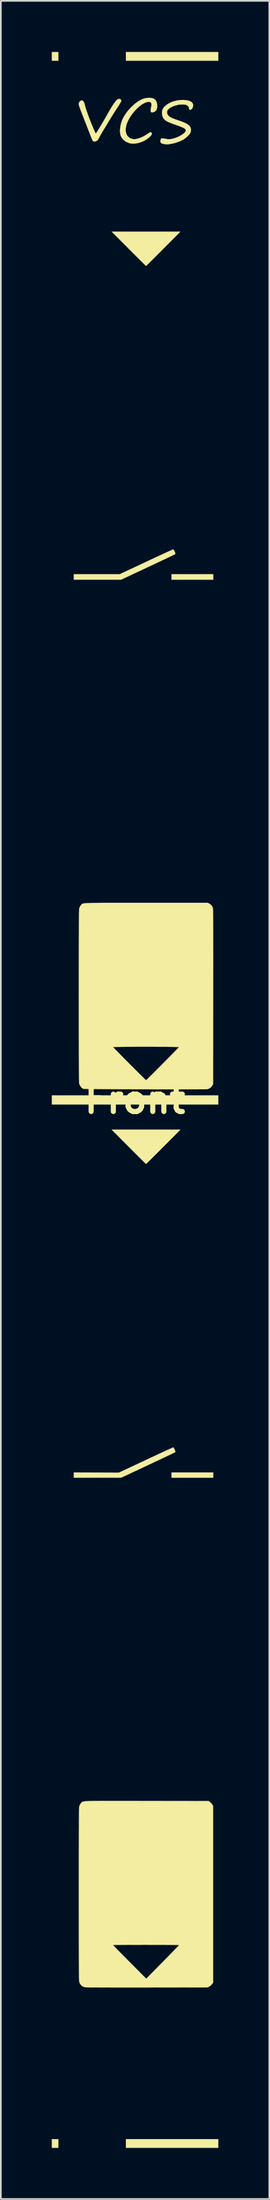
<source format=kicad_pcb>
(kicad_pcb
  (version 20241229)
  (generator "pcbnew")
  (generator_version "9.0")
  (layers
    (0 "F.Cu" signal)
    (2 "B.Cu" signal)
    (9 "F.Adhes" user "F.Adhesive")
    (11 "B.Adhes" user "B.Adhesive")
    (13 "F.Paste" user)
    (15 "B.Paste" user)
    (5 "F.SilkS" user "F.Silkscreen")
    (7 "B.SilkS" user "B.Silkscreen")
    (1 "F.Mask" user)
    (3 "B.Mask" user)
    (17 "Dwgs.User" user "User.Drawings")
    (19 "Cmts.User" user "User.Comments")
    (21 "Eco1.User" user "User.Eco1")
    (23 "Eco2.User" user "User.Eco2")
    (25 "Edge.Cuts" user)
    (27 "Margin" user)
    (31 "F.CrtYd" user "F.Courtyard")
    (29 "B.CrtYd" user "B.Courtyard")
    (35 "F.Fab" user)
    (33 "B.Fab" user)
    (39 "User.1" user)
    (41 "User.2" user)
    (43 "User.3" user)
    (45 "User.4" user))
  (footprint "Front"
    (layer "F.Cu")
    (at 4.894 61.494)
    (property "Reference" "Front" (at 0 0 0) (layer "F.SilkS") (effects (font (size 1.524 1.524) (thickness 0.3))))
    (attr through_hole)
    (fp_poly (pts (xy -4.508 -60.981) (xy -4.889 -60.981) (xy -4.889 -61.489) (xy -4.508 -61.489) (xy -4.508 -60.981)) (stroke (width 0.01) (type solid)) (fill yes) (layer "F.SilkS"))
    (fp_poly (pts (xy -4.508 61.51) (xy -4.889 61.51) (xy -4.889 61.002) (xy -4.508 61.002) (xy -4.508 61.51)) (stroke (width 0.01) (type solid)) (fill yes) (layer "F.SilkS"))
    (fp_poly (pts (xy 4.614 -30.522) (xy 2.159 -30.522) (xy 2.159 -30.84) (xy 4.614 -30.84) (xy 4.614 -30.522)) (stroke (width 0.01) (type solid)) (fill yes) (layer "F.SilkS"))
    (fp_poly (pts (xy 4.614 22.183) (xy 2.159 22.183) (xy 2.159 21.876) (xy 4.614 21.876) (xy 4.614 22.183)) (stroke (width 0.01) (type solid)) (fill yes) (layer "F.SilkS"))
    (fp_poly (pts (xy 4.911 -60.981) (xy -0.529 -60.981) (xy -0.529 -61.489) (xy 4.911 -61.489) (xy 4.911 -60.981)) (stroke (width 0.01) (type solid)) (fill yes) (layer "F.SilkS"))
    (fp_poly (pts (xy 4.911 0.275) (xy -4.889 0.275) (xy -4.889 -0.254) (xy 4.911 -0.254) (xy 4.911 0.275)) (stroke (width 0.01) (type solid)) (fill yes) (layer "F.SilkS"))
    (fp_poly (pts (xy 4.911 61.51) (xy -0.529 61.51) (xy -0.529 61.002) (xy 4.911 61.002) (xy 4.911 61.51)) (stroke (width 0.01) (type solid)) (fill yes) (layer "F.SilkS"))
    (fp_poly (pts (xy 1.672 -49.943) (xy 1.501 -49.772) (xy 1.34 -49.611) (xy 1.189 -49.461) (xy 1.052 -49.325) (xy 0.932 -49.205) (xy 0.83 -49.105) (xy 0.749 -49.026) (xy 0.692 -48.97) (xy 0.661 -48.941) (xy 0.657 -48.937) (xy 0.64 -48.952) (xy 0.596 -48.994) (xy 0.528 -49.061) (xy 0.436 -49.151) (xy 0.325 -49.261) (xy 0.197 -49.389) (xy 0.053 -49.532) (xy -0.104 -49.687) (xy -0.27 -49.853) (xy -0.359 -49.943) (xy -1.365 -50.948) (xy 2.677 -50.948) (xy 1.672 -49.943)) (stroke (width 0.01) (type solid)) (fill yes) (layer "F.SilkS"))
    (fp_poly (pts (xy 1.672 2.762) (xy 1.501 2.933) (xy 1.34 3.094) (xy 1.189 3.244) (xy 1.052 3.38) (xy 0.931 3.5) (xy 0.83 3.6) (xy 0.749 3.679) (xy 0.692 3.735) (xy 0.661 3.764) (xy 0.656 3.768) (xy 0.64 3.753) (xy 0.596 3.711) (xy 0.527 3.644) (xy 0.436 3.554) (xy 0.324 3.444) (xy 0.196 3.316) (xy 0.052 3.173) (xy -0.104 3.017) (xy -0.271 2.851) (xy -0.36 2.762) (xy -1.364 1.757) (xy 2.677 1.757) (xy 1.672 2.762)) (stroke (width 0.01) (type solid)) (fill yes) (layer "F.SilkS"))
    (fp_poly (pts (xy 2.277 -32.282) (xy 2.306 -32.237) (xy 2.337 -32.177) (xy 2.364 -32.113) (xy 2.381 -32.06) (xy 2.381 -32.028) (xy 2.38 -32.026) (xy 2.358 -32.014) (xy 2.301 -31.986) (xy 2.211 -31.943) (xy 2.091 -31.886) (xy 1.944 -31.816) (xy 1.774 -31.735) (xy 1.582 -31.645) (xy 1.372 -31.546) (xy 1.146 -31.44) (xy 0.908 -31.329) (xy 0.769 -31.264) (xy -0.821 -30.522) (xy -3.598 -30.522) (xy -3.598 -30.84) (xy -2.249 -30.84) (xy -0.9 -30.84) (xy 0.665 -31.57) (xy 0.907 -31.683) (xy 1.138 -31.79) (xy 1.355 -31.891) (xy 1.556 -31.984) (xy 1.737 -32.067) (xy 1.896 -32.14) (xy 2.029 -32.201) (xy 2.134 -32.249) (xy 2.208 -32.281) (xy 2.248 -32.298) (xy 2.254 -32.3) (xy 2.277 -32.282)) (stroke (width 0.01) (type solid)) (fill yes) (layer "F.SilkS"))
    (fp_poly (pts (xy 2.278 20.423) (xy 2.307 20.468) (xy 2.338 20.529) (xy 2.364 20.592) (xy 2.38 20.646) (xy 2.381 20.678) (xy 2.379 20.679) (xy 2.358 20.691) (xy 2.3 20.72) (xy 2.21 20.763) (xy 2.09 20.821) (xy 1.944 20.89) (xy 1.773 20.971) (xy 1.581 21.062) (xy 1.371 21.16) (xy 1.146 21.266) (xy 0.908 21.378) (xy 0.772 21.441) (xy -0.815 22.182) (xy -2.207 22.182) (xy -3.598 22.183) (xy -3.598 22.029) (xy -3.598 21.876) (xy -2.27 21.881) (xy -0.942 21.887) (xy 0.645 21.146) (xy 0.889 21.032) (xy 1.121 20.924) (xy 1.34 20.822) (xy 1.543 20.728) (xy 1.726 20.644) (xy 1.886 20.57) (xy 2.021 20.508) (xy 2.129 20.46) (xy 2.205 20.426) (xy 2.247 20.407) (xy 2.255 20.405) (xy 2.278 20.423)) (stroke (width 0.01) (type solid)) (fill yes) (layer "F.SilkS"))
    (fp_poly (pts (xy 1.001 -58.789) (xy 1.122 -58.745) (xy 1.213 -58.67) (xy 1.274 -58.566) (xy 1.306 -58.431) (xy 1.309 -58.39) (xy 1.309 -58.252) (xy 1.292 -58.148) (xy 1.255 -58.071) (xy 1.197 -58.013) (xy 1.187 -58.006) (xy 1.112 -57.968) (xy 1.038 -57.951) (xy 0.976 -57.955) (xy 0.949 -57.97) (xy 0.931 -58.015) (xy 0.93 -58.094) (xy 0.945 -58.201) (xy 0.958 -58.261) (xy 0.978 -58.383) (xy 0.972 -58.473) (xy 0.938 -58.532) (xy 0.876 -58.563) (xy 0.822 -58.568) (xy 0.694 -58.549) (xy 0.554 -58.495) (xy 0.407 -58.41) (xy 0.257 -58.298) (xy 0.109 -58.164) (xy -0.034 -58.012) (xy -0.167 -57.846) (xy -0.287 -57.671) (xy -0.389 -57.49) (xy -0.468 -57.309) (xy -0.507 -57.189) (xy -0.542 -57.009) (xy -0.543 -56.845) (xy -0.511 -56.7) (xy -0.449 -56.578) (xy -0.357 -56.481) (xy -0.237 -56.413) (xy -0.105 -56.378) (xy 0.014 -56.376) (xy 0.156 -56.402) (xy 0.313 -56.453) (xy 0.478 -56.525) (xy 0.643 -56.617) (xy 0.742 -56.682) (xy 0.837 -56.745) (xy 0.906 -56.778) (xy 0.952 -56.782) (xy 0.979 -56.758) (xy 0.991 -56.708) (xy 0.991 -56.67) (xy 0.98 -56.635) (xy 0.951 -56.595) (xy 0.898 -56.54) (xy 0.864 -56.506) (xy 0.717 -56.385) (xy 0.549 -56.284) (xy 0.368 -56.204) (xy 0.182 -56.147) (xy -0.002 -56.118) (xy -0.176 -56.116) (xy -0.333 -56.145) (xy -0.35 -56.151) (xy -0.521 -56.227) (xy -0.661 -56.325) (xy -0.766 -56.443) (xy -0.836 -56.577) (xy -0.838 -56.585) (xy -0.87 -56.733) (xy -0.876 -56.906) (xy -0.858 -57.094) (xy -0.817 -57.288) (xy -0.755 -57.479) (xy -0.711 -57.582) (xy -0.61 -57.765) (xy -0.48 -57.953) (xy -0.327 -58.137) (xy -0.16 -58.309) (xy 0.015 -58.464) (xy 0.191 -58.593) (xy 0.361 -58.689) (xy 0.363 -58.689) (xy 0.523 -58.754) (xy 0.674 -58.79) (xy 0.833 -58.803) (xy 0.85 -58.803) (xy 1.001 -58.789)) (stroke (width 0.01) (type solid)) (fill yes) (layer "F.SilkS"))
    (fp_poly (pts (xy -0.867 -58.732) (xy -0.823 -58.692) (xy -0.805 -58.626) (xy -0.804 -58.617) (xy -0.816 -58.585) (xy -0.848 -58.525) (xy -0.897 -58.441) (xy -0.96 -58.339) (xy -1.033 -58.226) (xy -1.056 -58.193) (xy -1.148 -58.053) (xy -1.253 -57.889) (xy -1.362 -57.716) (xy -1.467 -57.547) (xy -1.559 -57.394) (xy -1.56 -57.393) (xy -1.64 -57.26) (xy -1.72 -57.126) (xy -1.796 -57.002) (xy -1.862 -56.894) (xy -1.913 -56.811) (xy -1.925 -56.791) (xy -1.985 -56.692) (xy -2.045 -56.586) (xy -2.096 -56.49) (xy -2.109 -56.463) (xy -2.159 -56.369) (xy -2.206 -56.309) (xy -2.249 -56.277) (xy -2.333 -56.245) (xy -2.409 -56.242) (xy -2.467 -56.267) (xy -2.484 -56.287) (xy -2.504 -56.326) (xy -2.534 -56.394) (xy -2.57 -56.481) (xy -2.6 -56.557) (xy -2.627 -56.627) (xy -2.667 -56.73) (xy -2.719 -56.861) (xy -2.778 -57.014) (xy -2.845 -57.184) (xy -2.915 -57.364) (xy -2.988 -57.549) (xy -3.005 -57.593) (xy -3.083 -57.794) (xy -3.148 -57.96) (xy -3.199 -58.094) (xy -3.239 -58.2) (xy -3.268 -58.283) (xy -3.288 -58.346) (xy -3.3 -58.393) (xy -3.306 -58.427) (xy -3.307 -58.454) (xy -3.304 -58.476) (xy -3.301 -58.486) (xy -3.272 -58.551) (xy -3.229 -58.606) (xy -3.223 -58.61) (xy -3.154 -58.646) (xy -3.089 -58.641) (xy -3.033 -58.598) (xy -2.988 -58.517) (xy -2.962 -58.431) (xy -2.931 -58.307) (xy -2.884 -58.152) (xy -2.824 -57.973) (xy -2.754 -57.776) (xy -2.676 -57.569) (xy -2.593 -57.358) (xy -2.527 -57.198) (xy -2.47 -57.064) (xy -2.418 -56.943) (xy -2.373 -56.842) (xy -2.338 -56.766) (xy -2.315 -56.718) (xy -2.306 -56.706) (xy -2.289 -56.723) (xy -2.254 -56.773) (xy -2.203 -56.85) (xy -2.139 -56.951) (xy -2.066 -57.069) (xy -1.986 -57.202) (xy -1.901 -57.344) (xy -1.815 -57.49) (xy -1.731 -57.636) (xy -1.65 -57.778) (xy -1.64 -57.797) (xy -1.501 -58.042) (xy -1.377 -58.248) (xy -1.269 -58.417) (xy -1.176 -58.549) (xy -1.098 -58.644) (xy -1.071 -58.672) (xy -0.999 -58.723) (xy -0.929 -58.742) (xy -0.867 -58.732)) (stroke (width 0.01) (type solid)) (fill yes) (layer "F.SilkS"))
    (fp_poly (pts (xy 3.014 -58.665) (xy 3.161 -58.635) (xy 3.279 -58.589) (xy 3.365 -58.526) (xy 3.415 -58.448) (xy 3.429 -58.374) (xy 3.416 -58.267) (xy 3.378 -58.182) (xy 3.322 -58.125) (xy 3.249 -58.103) (xy 3.243 -58.102) (xy 3.214 -58.112) (xy 3.197 -58.149) (xy 3.19 -58.189) (xy 3.161 -58.281) (xy 3.099 -58.349) (xy 3.005 -58.393) (xy 2.877 -58.415) (xy 2.714 -58.414) (xy 2.701 -58.414) (xy 2.531 -58.391) (xy 2.369 -58.351) (xy 2.22 -58.295) (xy 2.092 -58.228) (xy 1.989 -58.151) (xy 1.919 -58.069) (xy 1.894 -58.016) (xy 1.888 -57.938) (xy 1.911 -57.85) (xy 1.957 -57.769) (xy 1.962 -57.763) (xy 2.009 -57.718) (xy 2.077 -57.672) (xy 2.168 -57.625) (xy 2.289 -57.574) (xy 2.442 -57.517) (xy 2.584 -57.469) (xy 2.782 -57.399) (xy 2.943 -57.333) (xy 3.068 -57.27) (xy 3.162 -57.206) (xy 3.229 -57.14) (xy 3.272 -57.067) (xy 3.294 -56.987) (xy 3.297 -56.963) (xy 3.298 -56.882) (xy 3.287 -56.803) (xy 3.281 -56.78) (xy 3.245 -56.711) (xy 3.18 -56.629) (xy 3.094 -56.541) (xy 2.997 -56.456) (xy 2.894 -56.38) (xy 2.847 -56.35) (xy 2.711 -56.281) (xy 2.548 -56.215) (xy 2.373 -56.158) (xy 2.202 -56.115) (xy 2.075 -56.093) (xy 1.983 -56.082) (xy 1.919 -56.076) (xy 1.867 -56.075) (xy 1.815 -56.079) (xy 1.746 -56.088) (xy 1.72 -56.092) (xy 1.609 -56.117) (xy 1.538 -56.156) (xy 1.503 -56.213) (xy 1.503 -56.29) (xy 1.528 -56.374) (xy 1.539 -56.4) (xy 1.553 -56.416) (xy 1.576 -56.425) (xy 1.616 -56.425) (xy 1.679 -56.418) (xy 1.772 -56.403) (xy 1.863 -56.388) (xy 1.951 -56.375) (xy 2.023 -56.372) (xy 2.099 -56.378) (xy 2.196 -56.396) (xy 2.201 -56.397) (xy 2.339 -56.432) (xy 2.48 -56.483) (xy 2.616 -56.546) (xy 2.741 -56.615) (xy 2.849 -56.689) (xy 2.932 -56.762) (xy 2.984 -56.83) (xy 2.996 -56.86) (xy 3 -56.902) (xy 2.989 -56.941) (xy 2.958 -56.978) (xy 2.904 -57.017) (xy 2.823 -57.058) (xy 2.712 -57.105) (xy 2.567 -57.159) (xy 2.413 -57.214) (xy 2.214 -57.285) (xy 2.053 -57.349) (xy 1.926 -57.406) (xy 1.83 -57.459) (xy 1.762 -57.508) (xy 1.753 -57.516) (xy 1.671 -57.619) (xy 1.617 -57.747) (xy 1.593 -57.888) (xy 1.603 -58.032) (xy 1.608 -58.059) (xy 1.657 -58.174) (xy 1.742 -58.285) (xy 1.86 -58.388) (xy 2.004 -58.479) (xy 2.17 -58.557) (xy 2.352 -58.617) (xy 2.545 -58.657) (xy 2.646 -58.669) (xy 2.842 -58.677) (xy 3.014 -58.665)) (stroke (width 0.01) (type solid)) (fill yes) (layer "F.SilkS"))
    (fp_poly (pts (xy -1.214 41.15) (xy -0.893 41.15) (xy -0.536 41.151) (xy -0.143 41.151) (xy 0.29 41.152) (xy 0.702 41.153) (xy 4.336 41.159) (xy 4.425 41.222) (xy 4.489 41.278) (xy 4.544 41.345) (xy 4.56 41.37) (xy 4.604 41.455) (xy 4.604 51.812) (xy 4.54 51.904) (xy 4.466 51.985) (xy 4.38 52.044) (xy 4.284 52.091) (xy 0.715 52.097) (xy 0.329 52.097) (xy -0.048 52.097) (xy -0.411 52.097) (xy -0.759 52.097) (xy -1.09 52.097) (xy -1.401 52.097) (xy -1.69 52.096) (xy -1.955 52.095) (xy -2.193 52.094) (xy -2.403 52.093) (xy -2.582 52.092) (xy -2.728 52.091) (xy -2.838 52.09) (xy -2.91 52.088) (xy -2.943 52.087) (xy -2.943 52.086) (xy -3.065 52.045) (xy -3.165 51.97) (xy -3.239 51.865) (xy -3.279 51.752) (xy -3.282 51.721) (xy -3.284 51.649) (xy -3.286 51.539) (xy -3.288 51.393) (xy -3.29 51.215) (xy -3.292 51.005) (xy -3.294 50.767) (xy -3.295 50.502) (xy -3.297 50.213) (xy -3.298 49.902) (xy -3.299 49.609) (xy -1.291 49.609) (xy -1.277 49.627) (xy -1.235 49.671) (xy -1.167 49.741) (xy -1.078 49.833) (xy -0.968 49.944) (xy -0.841 50.073) (xy -0.699 50.217) (xy -0.544 50.373) (xy -0.379 50.539) (xy -0.312 50.606) (xy 0.667 51.586) (xy 1.635 50.609) (xy 1.802 50.44) (xy 1.96 50.28) (xy 2.106 50.131) (xy 2.239 49.996) (xy 2.354 49.877) (xy 2.451 49.777) (xy 2.526 49.699) (xy 2.577 49.644) (xy 2.602 49.616) (xy 2.603 49.613) (xy 2.583 49.61) (xy 2.522 49.607) (xy 2.422 49.604) (xy 2.286 49.602) (xy 2.116 49.599) (xy 1.914 49.597) (xy 1.681 49.596) (xy 1.42 49.595) (xy 1.133 49.594) (xy 0.821 49.594) (xy 0.656 49.593) (xy 0.373 49.594) (xy 0.102 49.594) (xy -0.153 49.595) (xy -0.39 49.596) (xy -0.606 49.597) (xy -0.798 49.599) (xy -0.963 49.601) (xy -1.097 49.602) (xy -1.199 49.604) (xy -1.264 49.607) (xy -1.291 49.609) (xy -1.291 49.609) (xy -3.299 49.609) (xy -3.299 49.571) (xy -3.3 49.223) (xy -3.301 48.86) (xy -3.301 48.484) (xy -3.302 48.097) (xy -3.302 47.702) (xy -3.303 47.301) (xy -3.303 46.896) (xy -3.303 46.49) (xy -3.303 46.084) (xy -3.302 45.681) (xy -3.302 45.284) (xy -3.301 44.894) (xy -3.301 44.513) (xy -3.3 44.145) (xy -3.299 43.791) (xy -3.298 43.454) (xy -3.297 43.136) (xy -3.295 42.838) (xy -3.294 42.564) (xy -3.292 42.316) (xy -3.29 42.096) (xy -3.288 41.906) (xy -3.286 41.748) (xy -3.284 41.625) (xy -3.282 41.539) (xy -3.279 41.492) (xy -3.279 41.485) (xy -3.232 41.363) (xy -3.182 41.295) (xy -3.166 41.276) (xy -3.153 41.26) (xy -3.141 41.244) (xy -3.128 41.23) (xy -3.111 41.218) (xy -3.09 41.207) (xy -3.061 41.197) (xy -3.024 41.188) (xy -2.976 41.18) (xy -2.916 41.174) (xy -2.842 41.168) (xy -2.751 41.163) (xy -2.642 41.159) (xy -2.513 41.156) (xy -2.362 41.154) (xy -2.188 41.152) (xy -1.988 41.151) (xy -1.76 41.15) (xy -1.503 41.15) (xy -1.214 41.15)) (stroke (width 0.01) (type solid)) (fill yes) (layer "F.SilkS"))
    (fp_poly (pts (xy 4.375 -11.513) (xy 4.481 -11.439) (xy 4.558 -11.335) (xy 4.592 -11.25) (xy 4.595 -11.229) (xy 4.597 -11.183) (xy 4.6 -11.114) (xy 4.602 -11.018) (xy 4.604 -10.896) (xy 4.605 -10.746) (xy 4.607 -10.567) (xy 4.608 -10.358) (xy 4.609 -10.118) (xy 4.61 -9.846) (xy 4.611 -9.541) (xy 4.611 -9.201) (xy 4.611 -8.826) (xy 4.612 -8.415) (xy 4.612 -7.966) (xy 4.611 -7.479) (xy 4.611 -6.952) (xy 4.61 -6.385) (xy 4.61 -6.043) (xy 4.604 -0.921) (xy 4.56 -0.836) (xy 4.489 -0.743) (xy 4.391 -0.669) (xy 4.278 -0.624) (xy 4.255 -0.619) (xy 4.223 -0.618) (xy 4.152 -0.616) (xy 4.043 -0.615) (xy 3.898 -0.614) (xy 3.72 -0.613) (xy 3.511 -0.612) (xy 3.273 -0.611) (xy 3.009 -0.611) (xy 2.72 -0.611) (xy 2.409 -0.611) (xy 2.079 -0.611) (xy 1.731 -0.611) (xy 1.367 -0.612) (xy 0.991 -0.613) (xy 0.604 -0.614) (xy 0.572 -0.614) (xy 0.088 -0.615) (xy -0.354 -0.617) (xy -0.757 -0.618) (xy -1.122 -0.62) (xy -1.45 -0.622) (xy -1.743 -0.623) (xy -2.002 -0.625) (xy -2.229 -0.627) (xy -2.426 -0.629) (xy -2.593 -0.632) (xy -2.732 -0.634) (xy -2.844 -0.637) (xy -2.932 -0.639) (xy -2.996 -0.642) (xy -3.037 -0.645) (xy -3.058 -0.649) (xy -3.06 -0.65) (xy -3.144 -0.717) (xy -3.217 -0.81) (xy -3.268 -0.913) (xy -3.279 -0.951) (xy -3.281 -0.984) (xy -3.284 -1.058) (xy -3.286 -1.169) (xy -3.288 -1.315) (xy -3.29 -1.495) (xy -3.292 -1.706) (xy -3.294 -1.946) (xy -3.295 -2.212) (xy -3.297 -2.502) (xy -3.298 -2.814) (xy -3.299 -3.096) (xy -1.291 -3.096) (xy -1.277 -3.078) (xy -1.235 -3.034) (xy -1.17 -2.966) (xy -1.083 -2.878) (xy -0.979 -2.772) (xy -0.859 -2.651) (xy -0.728 -2.519) (xy -0.589 -2.378) (xy -0.443 -2.232) (xy -0.295 -2.084) (xy -0.148 -1.937) (xy -0.003 -1.793) (xy 0.134 -1.656) (xy 0.262 -1.529) (xy 0.378 -1.415) (xy 0.478 -1.317) (xy 0.559 -1.238) (xy 0.618 -1.181) (xy 0.653 -1.149) (xy 0.66 -1.143) (xy 0.678 -1.158) (xy 0.722 -1.2) (xy 0.791 -1.267) (xy 0.882 -1.357) (xy 0.993 -1.467) (xy 1.121 -1.594) (xy 1.264 -1.736) (xy 1.418 -1.891) (xy 1.582 -2.056) (xy 1.634 -2.108) (xy 1.801 -2.275) (xy 1.958 -2.435) (xy 2.104 -2.582) (xy 2.236 -2.716) (xy 2.352 -2.834) (xy 2.448 -2.933) (xy 2.523 -3.01) (xy 2.574 -3.063) (xy 2.598 -3.09) (xy 2.6 -3.092) (xy 2.58 -3.095) (xy 2.52 -3.098) (xy 2.422 -3.101) (xy 2.286 -3.104) (xy 2.116 -3.106) (xy 1.914 -3.108) (xy 1.68 -3.109) (xy 1.417 -3.11) (xy 1.127 -3.111) (xy 0.811 -3.111) (xy 0.658 -3.111) (xy 0.375 -3.111) (xy 0.104 -3.111) (xy -0.152 -3.11) (xy -0.389 -3.109) (xy -0.605 -3.108) (xy -0.797 -3.106) (xy -0.962 -3.104) (xy -1.097 -3.103) (xy -1.198 -3.101) (xy -1.264 -3.098) (xy -1.291 -3.096) (xy -1.291 -3.096) (xy -3.299 -3.096) (xy -3.299 -3.146) (xy -3.3 -3.495) (xy -3.301 -3.859) (xy -3.302 -4.236) (xy -3.303 -4.623) (xy -3.303 -5.019) (xy -3.303 -5.421) (xy -3.303 -5.826) (xy -3.304 -6.233) (xy -3.303 -6.639) (xy -3.303 -7.042) (xy -3.303 -7.439) (xy -3.302 -7.829) (xy -3.301 -8.209) (xy -3.301 -8.577) (xy -3.3 -8.931) (xy -3.298 -9.267) (xy -3.297 -9.585) (xy -3.296 -9.882) (xy -3.294 -10.154) (xy -3.293 -10.401) (xy -3.291 -10.62) (xy -3.289 -10.809) (xy -3.287 -10.965) (xy -3.284 -11.086) (xy -3.282 -11.17) (xy -3.279 -11.215) (xy -3.279 -11.22) (xy -3.232 -11.342) (xy -3.183 -11.409) (xy -3.167 -11.428) (xy -3.155 -11.445) (xy -3.143 -11.46) (xy -3.131 -11.474) (xy -3.115 -11.486) (xy -3.095 -11.498) (xy -3.068 -11.508) (xy -3.033 -11.516) (xy -2.988 -11.524) (xy -2.93 -11.531) (xy -2.858 -11.537) (xy -2.77 -11.541) (xy -2.664 -11.545) (xy -2.538 -11.549) (xy -2.391 -11.551) (xy -2.22 -11.553) (xy -2.023 -11.555) (xy -1.799 -11.556) (xy -1.546 -11.557) (xy -1.262 -11.557) (xy -0.944 -11.557) (xy -0.592 -11.557) (xy -0.203 -11.557) (xy 0.225 -11.557) (xy 0.657 -11.557) (xy 4.282 -11.557) (xy 4.375 -11.513)) (stroke (width 0.01) (type solid)) (fill yes) (layer "F.SilkS")))
  (gr_rect
    (start -3 -3)
    (end 12.81 126.01)
    (stroke (width 0.1) (type default))
    (fill no)
    (layer "Edge.Cuts")))
</source>
